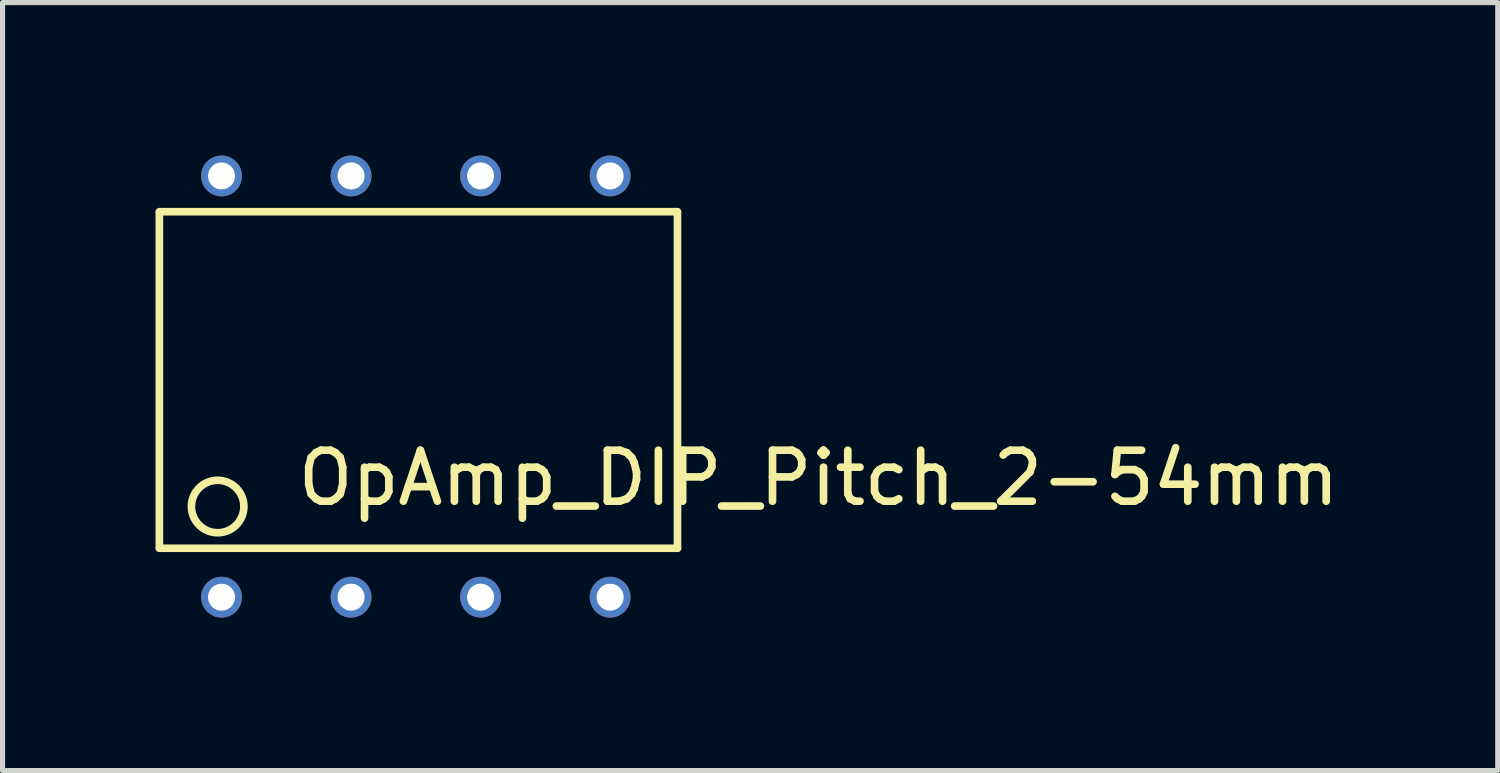
<source format=kicad_pcb>
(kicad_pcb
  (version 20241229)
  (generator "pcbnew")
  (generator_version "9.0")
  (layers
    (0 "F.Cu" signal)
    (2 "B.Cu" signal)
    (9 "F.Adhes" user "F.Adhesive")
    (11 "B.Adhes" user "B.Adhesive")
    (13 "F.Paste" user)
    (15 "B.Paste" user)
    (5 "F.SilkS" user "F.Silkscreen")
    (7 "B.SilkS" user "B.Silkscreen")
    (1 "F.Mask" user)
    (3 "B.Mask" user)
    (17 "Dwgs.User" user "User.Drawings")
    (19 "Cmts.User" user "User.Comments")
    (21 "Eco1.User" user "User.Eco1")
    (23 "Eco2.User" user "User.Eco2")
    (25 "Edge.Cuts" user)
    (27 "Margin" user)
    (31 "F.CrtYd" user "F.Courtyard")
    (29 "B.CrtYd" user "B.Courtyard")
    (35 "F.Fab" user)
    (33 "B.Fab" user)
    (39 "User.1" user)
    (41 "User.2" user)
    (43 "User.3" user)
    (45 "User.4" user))
  (footprint "OpAmp_DIP_Pitch_2-54mm"
    (layer "F.Cu")
    (at 1.294 8.66)
    (property "Reference" "OpAmp_DIP_Pitch_2-54mm" (at 11.709 -2.337 0) (layer "F.SilkS") (effects (font (size 1 1) (thickness 0.15))))
    (attr through_hole)
    (fp_line (start -1.219 -7.559) (end 8.941 -7.559) (stroke (width 0.15) (type solid)) (layer "F.SilkS"))
    (fp_line (start -1.219 -7.544) (end -1.219 -0.965) (stroke (width 0.15) (type solid)) (layer "F.SilkS"))
    (fp_line (start -1.219 -0.959) (end 8.941 -0.959) (stroke (width 0.15) (type solid)) (layer "F.SilkS"))
    (fp_line (start 8.941 -7.544) (end 8.941 -0.965) (stroke (width 0.15) (type solid)) (layer "F.SilkS"))
    (fp_circle (center -0.076 -1.778) (end 0.356 -1.499) (stroke (width 0.15) (type solid)) (fill no) (layer "F.SilkS"))
    (pad "1" thru_hole circle (at 0 0) (size 0.8 0.8) (drill 0.53) (layers "*.Cu" "*.Mask"))
    (pad "2" thru_hole circle (at 2.54 0) (size 0.8 0.8) (drill 0.53) (layers "*.Cu" "*.Mask"))
    (pad "3" thru_hole circle (at 5.08 0) (size 0.8 0.8) (drill 0.53) (layers "*.Cu" "*.Mask"))
    (pad "4" thru_hole circle (at 7.62 0) (size 0.8 0.8) (drill 0.53) (layers "*.Cu" "*.Mask"))
    (pad "5" thru_hole circle (at 7.62 -8.26) (size 0.8 0.8) (drill 0.53) (layers "*.Cu" "*.Mask"))
    (pad "6" thru_hole circle (at 5.08 -8.26) (size 0.8 0.8) (drill 0.53) (layers "*.Cu" "*.Mask"))
    (pad "7" thru_hole circle (at 2.54 -8.26) (size 0.8 0.8) (drill 0.53) (layers "*.Cu" "*.Mask"))
    (pad "8" thru_hole circle (at 0 -8.26) (size 0.8 0.8) (drill 0.53) (layers "*.Cu" "*.Mask")))
  (gr_rect
    (start -3 -3)
    (end 26.319 12.06)
    (stroke (width 0.1) (type default))
    (fill no)
    (layer "Edge.Cuts")))
</source>
